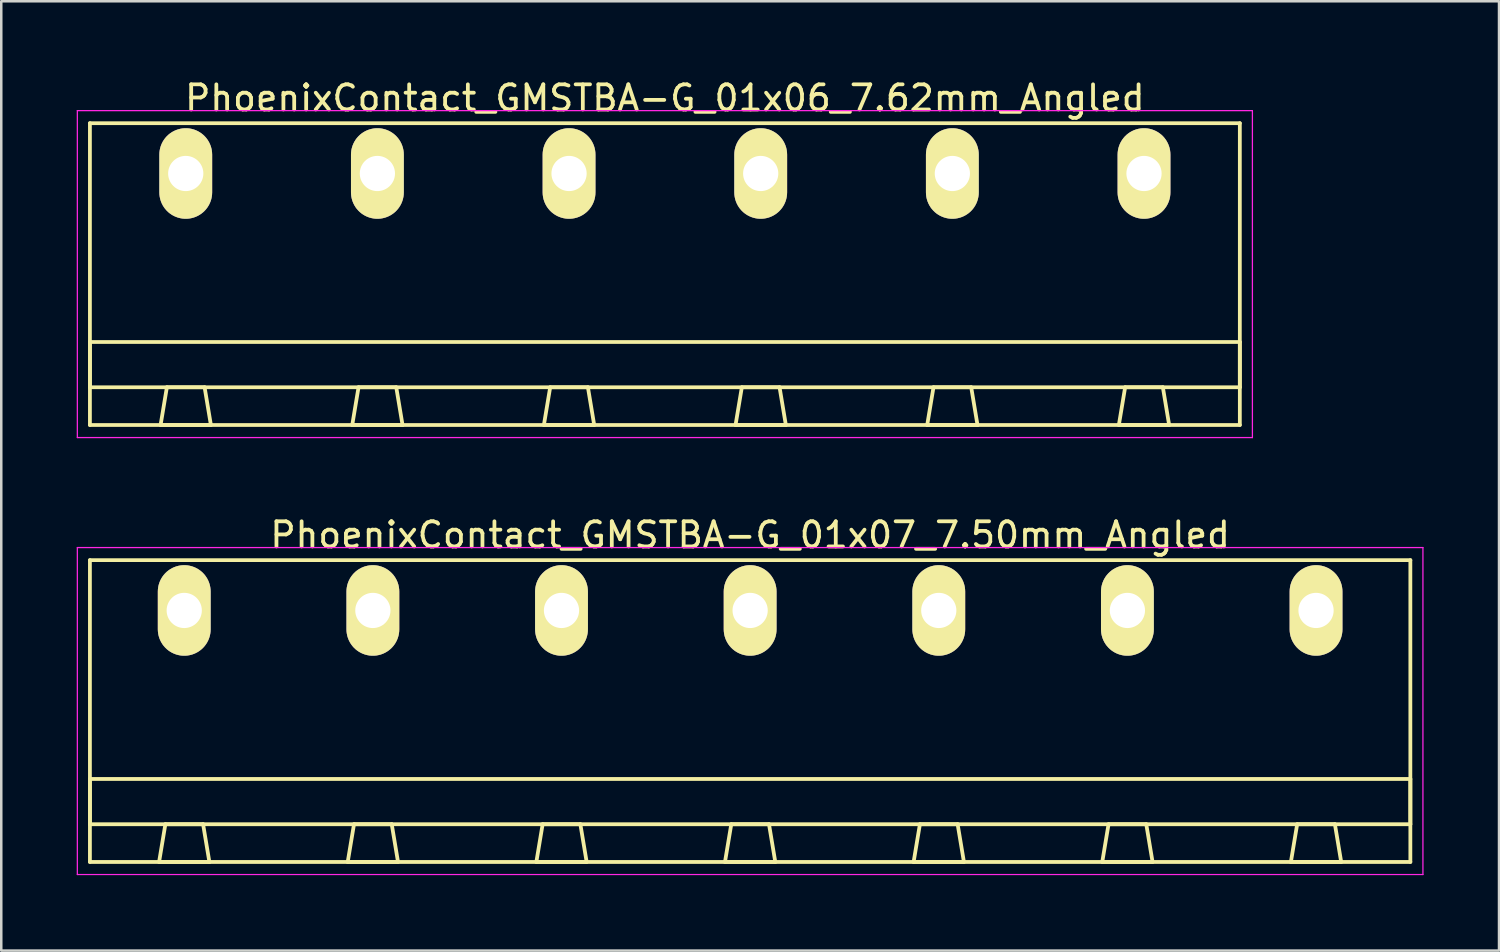
<source format=kicad_pcb>
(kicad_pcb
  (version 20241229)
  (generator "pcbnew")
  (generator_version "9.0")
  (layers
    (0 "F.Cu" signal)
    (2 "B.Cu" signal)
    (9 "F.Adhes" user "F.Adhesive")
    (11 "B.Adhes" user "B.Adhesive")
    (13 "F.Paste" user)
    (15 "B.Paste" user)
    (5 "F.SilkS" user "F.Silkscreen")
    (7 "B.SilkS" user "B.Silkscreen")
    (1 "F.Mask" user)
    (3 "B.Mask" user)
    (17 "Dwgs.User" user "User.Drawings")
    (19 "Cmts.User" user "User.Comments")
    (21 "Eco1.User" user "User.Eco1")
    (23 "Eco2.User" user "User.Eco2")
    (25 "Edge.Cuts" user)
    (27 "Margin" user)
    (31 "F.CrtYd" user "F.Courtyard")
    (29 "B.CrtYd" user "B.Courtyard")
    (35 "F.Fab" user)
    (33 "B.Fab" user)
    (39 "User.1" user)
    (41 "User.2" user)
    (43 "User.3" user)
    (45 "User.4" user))
  (footprint "PhoenixContact_GMSTBA-G_01x07_7.50mm_Angled"
    (layer "F.Cu")
    (at 4.275 21.221)
    (property "Reference" "PhoenixContact_GMSTBA-G_01x07_7.50mm_Angled" (at 22.5 -3 0) (layer "F.SilkS") (effects (font (size 1 1) (thickness 0.15))))
    (attr through_hole)
    (fp_line (start -3.75 -2) (end -3.75 10) (stroke (width 0.15) (type solid)) (layer "F.SilkS"))
    (fp_line (start -3.75 6.7) (end 48.75 6.7) (stroke (width 0.15) (type solid)) (layer "F.SilkS"))
    (fp_line (start -3.75 8.5) (end -3.75 6.7) (stroke (width 0.15) (type solid)) (layer "F.SilkS"))
    (fp_line (start -3.75 10) (end 48.75 10) (stroke (width 0.15) (type solid)) (layer "F.SilkS"))
    (fp_line (start -1 10) (end 1 10) (stroke (width 0.15) (type solid)) (layer "F.SilkS"))
    (fp_line (start -0.75 8.5) (end -1 10) (stroke (width 0.15) (type solid)) (layer "F.SilkS"))
    (fp_line (start 0.75 8.5) (end -0.75 8.5) (stroke (width 0.15) (type solid)) (layer "F.SilkS"))
    (fp_line (start 1 10) (end 0.75 8.5) (stroke (width 0.15) (type solid)) (layer "F.SilkS"))
    (fp_line (start 6.5 10) (end 8.5 10) (stroke (width 0.15) (type solid)) (layer "F.SilkS"))
    (fp_line (start 6.75 8.5) (end 6.5 10) (stroke (width 0.15) (type solid)) (layer "F.SilkS"))
    (fp_line (start 8.25 8.5) (end 6.75 8.5) (stroke (width 0.15) (type solid)) (layer "F.SilkS"))
    (fp_line (start 8.5 10) (end 8.25 8.5) (stroke (width 0.15) (type solid)) (layer "F.SilkS"))
    (fp_line (start 14 10) (end 16 10) (stroke (width 0.15) (type solid)) (layer "F.SilkS"))
    (fp_line (start 14.25 8.5) (end 14 10) (stroke (width 0.15) (type solid)) (layer "F.SilkS"))
    (fp_line (start 15.75 8.5) (end 14.25 8.5) (stroke (width 0.15) (type solid)) (layer "F.SilkS"))
    (fp_line (start 16 10) (end 15.75 8.5) (stroke (width 0.15) (type solid)) (layer "F.SilkS"))
    (fp_line (start 21.5 10) (end 23.5 10) (stroke (width 0.15) (type solid)) (layer "F.SilkS"))
    (fp_line (start 21.75 8.5) (end 21.5 10) (stroke (width 0.15) (type solid)) (layer "F.SilkS"))
    (fp_line (start 23.25 8.5) (end 21.75 8.5) (stroke (width 0.15) (type solid)) (layer "F.SilkS"))
    (fp_line (start 23.5 10) (end 23.25 8.5) (stroke (width 0.15) (type solid)) (layer "F.SilkS"))
    (fp_line (start 29 10) (end 31 10) (stroke (width 0.15) (type solid)) (layer "F.SilkS"))
    (fp_line (start 29.25 8.5) (end 29 10) (stroke (width 0.15) (type solid)) (layer "F.SilkS"))
    (fp_line (start 30.75 8.5) (end 29.25 8.5) (stroke (width 0.15) (type solid)) (layer "F.SilkS"))
    (fp_line (start 31 10) (end 30.75 8.5) (stroke (width 0.15) (type solid)) (layer "F.SilkS"))
    (fp_line (start 36.5 10) (end 38.5 10) (stroke (width 0.15) (type solid)) (layer "F.SilkS"))
    (fp_line (start 36.75 8.5) (end 36.5 10) (stroke (width 0.15) (type solid)) (layer "F.SilkS"))
    (fp_line (start 38.25 8.5) (end 36.75 8.5) (stroke (width 0.15) (type solid)) (layer "F.SilkS"))
    (fp_line (start 38.5 10) (end 38.25 8.5) (stroke (width 0.15) (type solid)) (layer "F.SilkS"))
    (fp_line (start 44 10) (end 46 10) (stroke (width 0.15) (type solid)) (layer "F.SilkS"))
    (fp_line (start 44.25 8.5) (end 44 10) (stroke (width 0.15) (type solid)) (layer "F.SilkS"))
    (fp_line (start 45.75 8.5) (end 44.25 8.5) (stroke (width 0.15) (type solid)) (layer "F.SilkS"))
    (fp_line (start 46 10) (end 45.75 8.5) (stroke (width 0.15) (type solid)) (layer "F.SilkS"))
    (fp_line (start 48.75 -2) (end -3.75 -2) (stroke (width 0.15) (type solid)) (layer "F.SilkS"))
    (fp_line (start 48.75 6.7) (end 48.75 8.5) (stroke (width 0.15) (type solid)) (layer "F.SilkS"))
    (fp_line (start 48.75 8.5) (end -3.75 8.5) (stroke (width 0.15) (type solid)) (layer "F.SilkS"))
    (fp_line (start 48.75 10) (end 48.75 -2) (stroke (width 0.15) (type solid)) (layer "F.SilkS"))
    (fp_line (start -4.25 -2.5) (end -4.25 10.5) (stroke (width 0.05) (type solid)) (layer "F.CrtYd"))
    (fp_line (start -4.25 10.5) (end 49.25 10.5) (stroke (width 0.05) (type solid)) (layer "F.CrtYd"))
    (fp_line (start 49.25 -2.5) (end -4.25 -2.5) (stroke (width 0.05) (type solid)) (layer "F.CrtYd"))
    (fp_line (start 49.25 10.5) (end 49.25 -2.5) (stroke (width 0.05) (type solid)) (layer "F.CrtYd"))
    (pad "1" thru_hole oval (at 0 0) (size 2.1 3.6) (drill 1.4) (layers "*.Cu" "*.Mask" "F.SilkS"))
    (pad "2" thru_hole oval (at 7.5 0) (size 2.1 3.6) (drill 1.4) (layers "*.Cu" "*.Mask" "F.SilkS"))
    (pad "3" thru_hole oval (at 15 0) (size 2.1 3.6) (drill 1.4) (layers "*.Cu" "*.Mask" "F.SilkS"))
    (pad "4" thru_hole oval (at 22.5 0) (size 2.1 3.6) (drill 1.4) (layers "*.Cu" "*.Mask" "F.SilkS"))
    (pad "5" thru_hole oval (at 30 0) (size 2.1 3.6) (drill 1.4) (layers "*.Cu" "*.Mask" "F.SilkS"))
    (pad "6" thru_hole oval (at 37.5 0) (size 2.1 3.6) (drill 1.4) (layers "*.Cu" "*.Mask" "F.SilkS"))
    (pad "7" thru_hole oval (at 45 0) (size 2.1 3.6) (drill 1.4) (layers "*.Cu" "*.Mask" "F.SilkS")))
  (footprint "PhoenixContact_GMSTBA-G_01x06_7.62mm_Angled"
    (layer "F.Cu")
    (at 4.335 3.848)
    (property "Reference" "PhoenixContact_GMSTBA-G_01x06_7.62mm_Angled" (at 19.05 -3 0) (layer "F.SilkS") (effects (font (size 1 1) (thickness 0.15))))
    (attr through_hole)
    (fp_line (start -3.81 -2) (end -3.81 10) (stroke (width 0.15) (type solid)) (layer "F.SilkS"))
    (fp_line (start -3.81 6.7) (end 41.91 6.7) (stroke (width 0.15) (type solid)) (layer "F.SilkS"))
    (fp_line (start -3.81 8.5) (end -3.81 6.7) (stroke (width 0.15) (type solid)) (layer "F.SilkS"))
    (fp_line (start -3.81 10) (end 41.91 10) (stroke (width 0.15) (type solid)) (layer "F.SilkS"))
    (fp_line (start -1 10) (end 1 10) (stroke (width 0.15) (type solid)) (layer "F.SilkS"))
    (fp_line (start -0.75 8.5) (end -1 10) (stroke (width 0.15) (type solid)) (layer "F.SilkS"))
    (fp_line (start 0.75 8.5) (end -0.75 8.5) (stroke (width 0.15) (type solid)) (layer "F.SilkS"))
    (fp_line (start 1 10) (end 0.75 8.5) (stroke (width 0.15) (type solid)) (layer "F.SilkS"))
    (fp_line (start 6.62 10) (end 8.62 10) (stroke (width 0.15) (type solid)) (layer "F.SilkS"))
    (fp_line (start 6.87 8.5) (end 6.62 10) (stroke (width 0.15) (type solid)) (layer "F.SilkS"))
    (fp_line (start 8.37 8.5) (end 6.87 8.5) (stroke (width 0.15) (type solid)) (layer "F.SilkS"))
    (fp_line (start 8.62 10) (end 8.37 8.5) (stroke (width 0.15) (type solid)) (layer "F.SilkS"))
    (fp_line (start 14.24 10) (end 16.24 10) (stroke (width 0.15) (type solid)) (layer "F.SilkS"))
    (fp_line (start 14.49 8.5) (end 14.24 10) (stroke (width 0.15) (type solid)) (layer "F.SilkS"))
    (fp_line (start 15.99 8.5) (end 14.49 8.5) (stroke (width 0.15) (type solid)) (layer "F.SilkS"))
    (fp_line (start 16.24 10) (end 15.99 8.5) (stroke (width 0.15) (type solid)) (layer "F.SilkS"))
    (fp_line (start 21.86 10) (end 23.86 10) (stroke (width 0.15) (type solid)) (layer "F.SilkS"))
    (fp_line (start 22.11 8.5) (end 21.86 10) (stroke (width 0.15) (type solid)) (layer "F.SilkS"))
    (fp_line (start 23.61 8.5) (end 22.11 8.5) (stroke (width 0.15) (type solid)) (layer "F.SilkS"))
    (fp_line (start 23.86 10) (end 23.61 8.5) (stroke (width 0.15) (type solid)) (layer "F.SilkS"))
    (fp_line (start 29.48 10) (end 31.48 10) (stroke (width 0.15) (type solid)) (layer "F.SilkS"))
    (fp_line (start 29.73 8.5) (end 29.48 10) (stroke (width 0.15) (type solid)) (layer "F.SilkS"))
    (fp_line (start 31.23 8.5) (end 29.73 8.5) (stroke (width 0.15) (type solid)) (layer "F.SilkS"))
    (fp_line (start 31.48 10) (end 31.23 8.5) (stroke (width 0.15) (type solid)) (layer "F.SilkS"))
    (fp_line (start 37.1 10) (end 39.1 10) (stroke (width 0.15) (type solid)) (layer "F.SilkS"))
    (fp_line (start 37.35 8.5) (end 37.1 10) (stroke (width 0.15) (type solid)) (layer "F.SilkS"))
    (fp_line (start 38.85 8.5) (end 37.35 8.5) (stroke (width 0.15) (type solid)) (layer "F.SilkS"))
    (fp_line (start 39.1 10) (end 38.85 8.5) (stroke (width 0.15) (type solid)) (layer "F.SilkS"))
    (fp_line (start 41.91 -2) (end -3.81 -2) (stroke (width 0.15) (type solid)) (layer "F.SilkS"))
    (fp_line (start 41.91 6.7) (end 41.91 8.5) (stroke (width 0.15) (type solid)) (layer "F.SilkS"))
    (fp_line (start 41.91 8.5) (end -3.81 8.5) (stroke (width 0.15) (type solid)) (layer "F.SilkS"))
    (fp_line (start 41.91 10) (end 41.91 -2) (stroke (width 0.15) (type solid)) (layer "F.SilkS"))
    (fp_line (start -4.31 -2.5) (end -4.31 10.5) (stroke (width 0.05) (type solid)) (layer "F.CrtYd"))
    (fp_line (start -4.31 10.5) (end 42.41 10.5) (stroke (width 0.05) (type solid)) (layer "F.CrtYd"))
    (fp_line (start 42.41 -2.5) (end -4.31 -2.5) (stroke (width 0.05) (type solid)) (layer "F.CrtYd"))
    (fp_line (start 42.41 10.5) (end 42.41 -2.5) (stroke (width 0.05) (type solid)) (layer "F.CrtYd"))
    (pad "1" thru_hole oval (at 0 0) (size 2.1 3.6) (drill 1.4) (layers "*.Cu" "*.Mask" "F.SilkS"))
    (pad "2" thru_hole oval (at 7.62 0) (size 2.1 3.6) (drill 1.4) (layers "*.Cu" "*.Mask" "F.SilkS"))
    (pad "3" thru_hole oval (at 15.24 0) (size 2.1 3.6) (drill 1.4) (layers "*.Cu" "*.Mask" "F.SilkS"))
    (pad "4" thru_hole oval (at 22.86 0) (size 2.1 3.6) (drill 1.4) (layers "*.Cu" "*.Mask" "F.SilkS"))
    (pad "5" thru_hole oval (at 30.48 0) (size 2.1 3.6) (drill 1.4) (layers "*.Cu" "*.Mask" "F.SilkS"))
    (pad "6" thru_hole oval (at 38.1 0) (size 2.1 3.6) (drill 1.4) (layers "*.Cu" "*.Mask" "F.SilkS")))
  (gr_rect
    (start -3 -3)
    (end 56.55 34.746)
    (stroke (width 0.1) (type default))
    (fill no)
    (layer "Edge.Cuts")))
</source>
